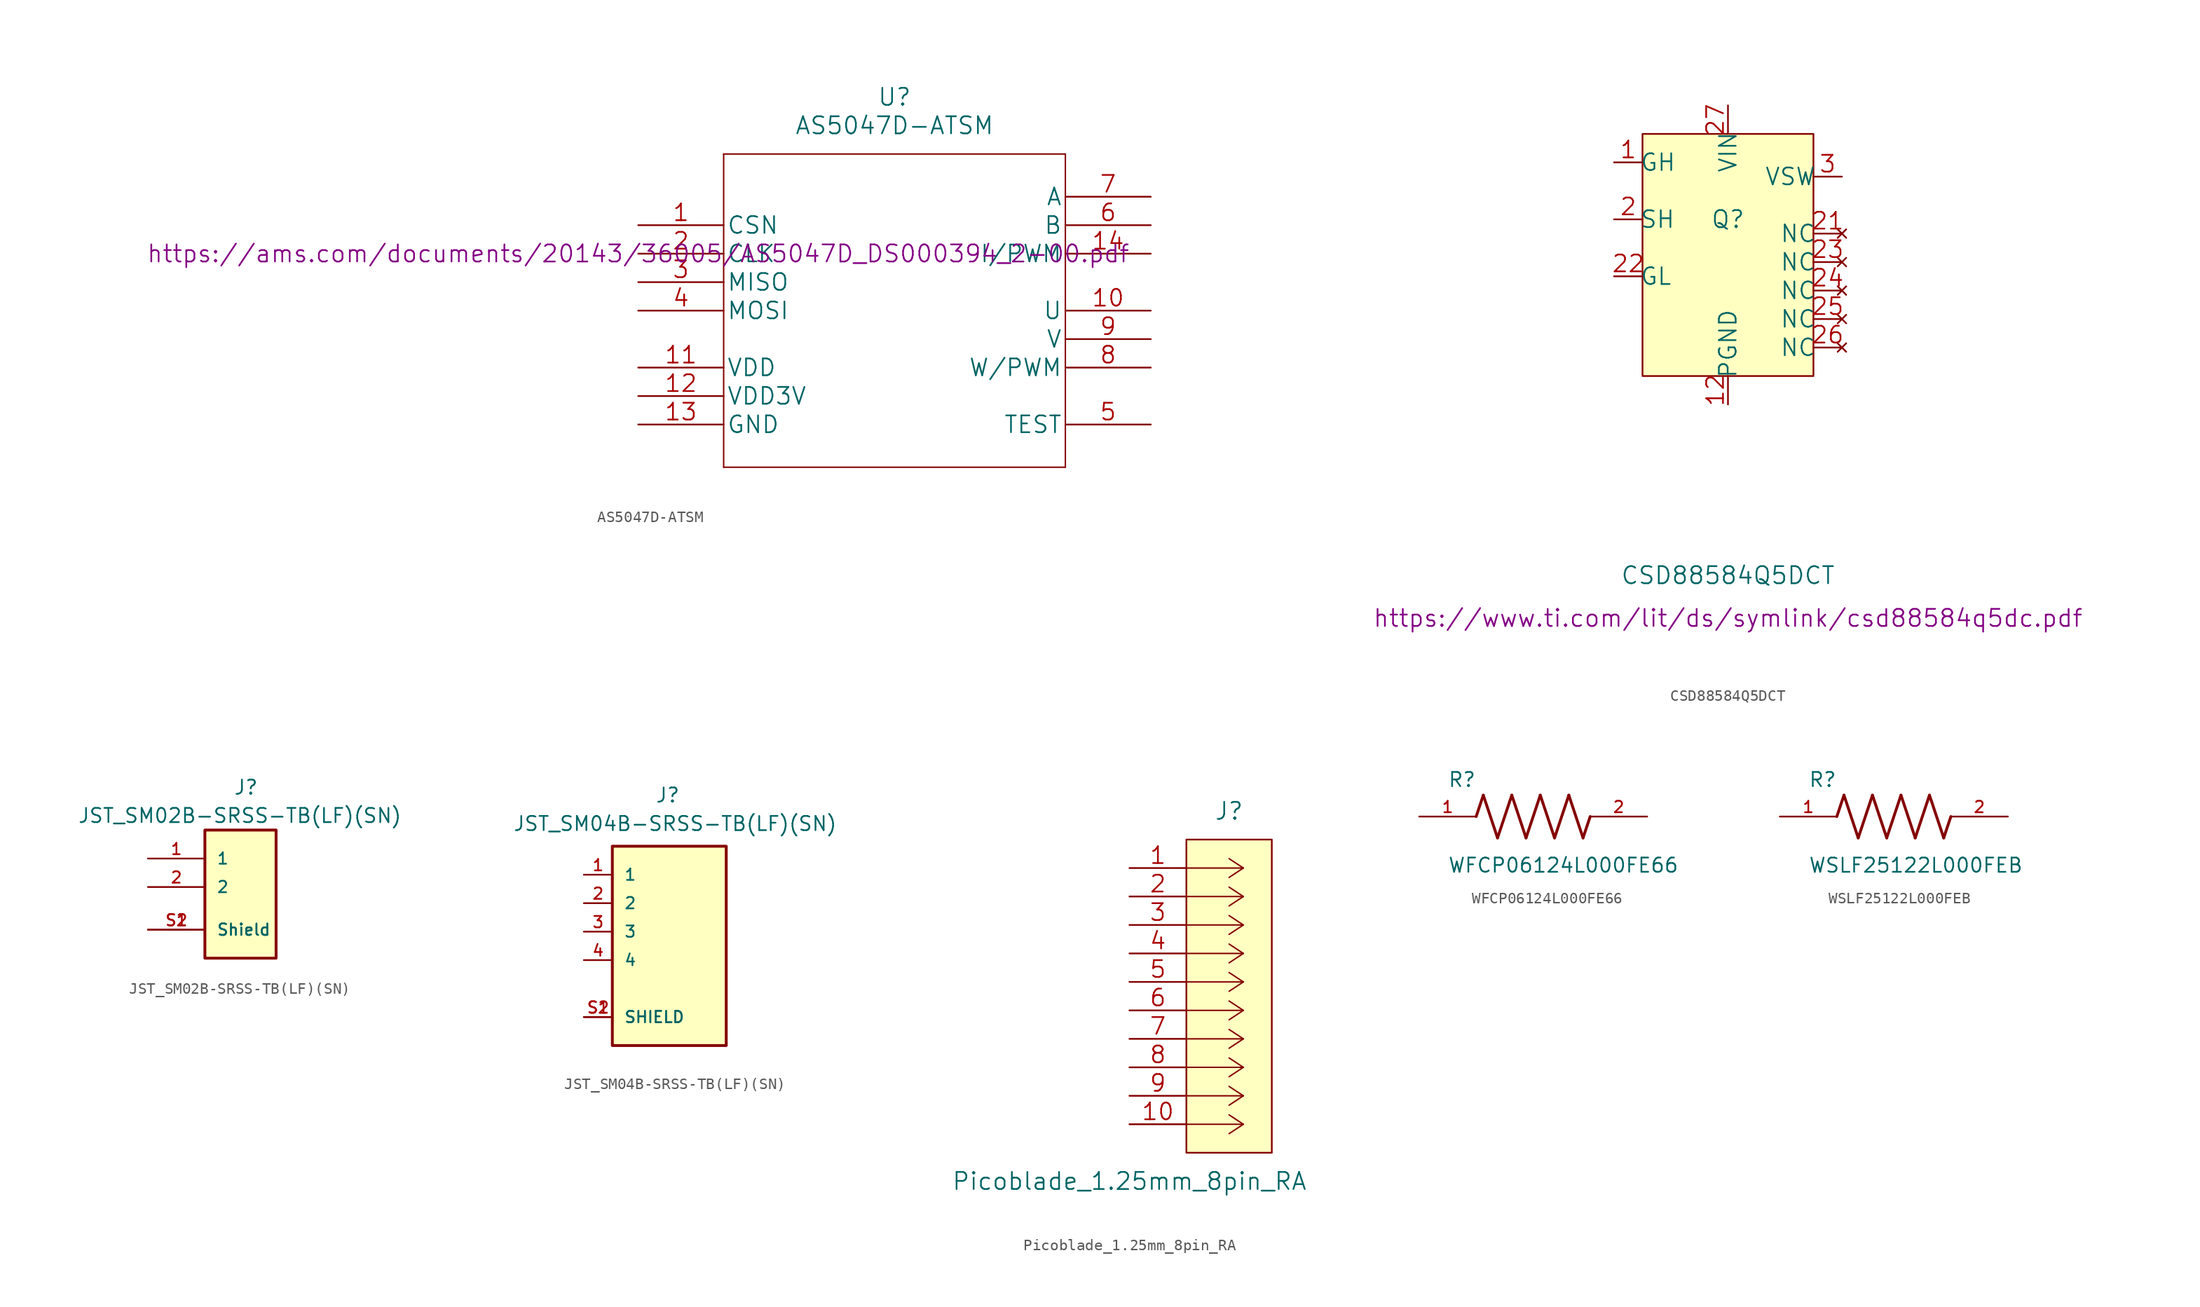
<source format=kicad_sym>
(kicad_symbol_lib
  (version 20211014)
  (generator kicad_symbol_editor)
  (symbol "AS5047D-ATSM"
    (pin_names
      (offset 0.254))
    (property "Reference" "U"
      (at -1.27 25.4 0)
      (effects (font (size 1.524 1.524))))
    (property "Value" "AS5047D-ATSM"
      (at -1.27 22.86 0)
      (effects (font (size 1.524 1.524))))
    (property "Datasheet" "https://ams.com/documents/20143/36005/AS5047D_DS000394_2-00.pdf"
      (at -24.13 11.43 0)
      (effects (font (size 1.524 1.524))))
    (symbol "AS5047D-ATSM_1_1"
      (polyline (pts (xy -16.51 -7.62) (xy 13.97 -7.62)) (stroke (width 0.127) (type default) (color 0 0 0 0)) (fill (type none)))
      (polyline (pts (xy -16.51 20.32) (xy -16.51 -7.62)) (stroke (width 0.127) (type default) (color 0 0 0 0)) (fill (type none)))
      (polyline (pts (xy 13.97 -7.62) (xy 13.97 20.32)) (stroke (width 0.127) (type default) (color 0 0 0 0)) (fill (type none)))
      (polyline (pts (xy 13.97 20.32) (xy -16.51 20.32)) (stroke (width 0.127) (type default) (color 0 0 0 0)) (fill (type none)))
      (pin input line (at -24.13 13.97 0) (length 7.62) (name "CSN" (effects (font (size 1.499 1.499)))) (number "1" (effects (font (size 1.499 1.499)))))
      (pin output line (at 21.59 6.35 180) (length 7.62) (name "U" (effects (font (size 1.499 1.499)))) (number "10" (effects (font (size 1.499 1.499)))))
      (pin power_in line (at -24.13 1.27 0) (length 7.62) (name "VDD" (effects (font (size 1.499 1.499)))) (number "11" (effects (font (size 1.499 1.499)))))
      (pin power_in line (at -24.13 -1.27 0) (length 7.62) (name "VDD3V" (effects (font (size 1.499 1.499)))) (number "12" (effects (font (size 1.499 1.499)))))
      (pin power_in line (at -24.13 -3.81 0) (length 7.62) (name "GND" (effects (font (size 1.499 1.499)))) (number "13" (effects (font (size 1.499 1.499)))))
      (pin output line (at 21.59 11.43 180) (length 7.62) (name "I/PWM" (effects (font (size 1.499 1.499)))) (number "14" (effects (font (size 1.499 1.499)))))
      (pin input line (at -24.13 11.43 0) (length 7.62) (name "CLK" (effects (font (size 1.499 1.499)))) (number "2" (effects (font (size 1.499 1.499)))))
      (pin output line (at -24.13 8.89 0) (length 7.62) (name "MISO" (effects (font (size 1.499 1.499)))) (number "3" (effects (font (size 1.499 1.499)))))
      (pin input line (at -24.13 6.35 0) (length 7.62) (name "MOSI" (effects (font (size 1.499 1.499)))) (number "4" (effects (font (size 1.499 1.499)))))
      (pin power_in line (at 21.59 -3.81 180) (length 7.62) (name "TEST" (effects (font (size 1.499 1.499)))) (number "5" (effects (font (size 1.499 1.499)))))
      (pin output line (at 21.59 13.97 180) (length 7.62) (name "B" (effects (font (size 1.499 1.499)))) (number "6" (effects (font (size 1.499 1.499)))))
      (pin output line (at 21.59 16.51 180) (length 7.62) (name "A" (effects (font (size 1.499 1.499)))) (number "7" (effects (font (size 1.499 1.499)))))
      (pin output line (at 21.59 1.27 180) (length 7.62) (name "W/PWM" (effects (font (size 1.499 1.499)))) (number "8" (effects (font (size 1.499 1.499)))))
      (pin output line (at 21.59 3.81 180) (length 7.62) (name "V" (effects (font (size 1.499 1.499)))) (number "9" (effects (font (size 1.499 1.499)))))))
  (symbol "CSD88584Q5DCT"
    (pin_names
      (offset -0.254))
    (property "Reference" "Q"
      (at 0 0 0)
      (effects (font (size 1.524 1.524))))
    (property "Value" "CSD88584Q5DCT"
      (at 0 -31.75 0)
      (effects (font (size 1.524 1.524))))
    (property "Datasheet" "https://www.ti.com/lit/ds/symlink/csd88584q5dc.pdf"
      (at 0 -35.56 0)
      (effects (font (size 1.524 1.524))))
    (symbol "CSD88584Q5DCT_0_1"
      (rectangle (start -7.62 7.62) (end 7.62 -13.97) (stroke (width 0) (type default) (color 0 0 0 0)) (fill (type background))))
    (symbol "CSD88584Q5DCT_1_1"
      (pin input line (at -10.16 5.08 0) (length 2.54) (name "GH" (effects (font (size 1.499 1.499)))) (number "1" (effects (font (size 1.499 1.499)))))
      (pin power_out line (at 0 -16.51 90) (length 2.54) (name "PGND" (effects (font (size 1.499 1.499)))) (number "12" (effects (font (size 1.499 1.499)))))
      (pin output line (at -10.16 0 0) (length 2.54) (name "SH" (effects (font (size 1.499 1.499)))) (number "2" (effects (font (size 1.499 1.499)))))
      (pin no_connect line (at 10.16 -1.27 180) (length 2.54) (name "NC" (effects (font (size 1.499 1.499)))) (number "21" (effects (font (size 1.499 1.499)))))
      (pin input line (at -10.16 -5.08 0) (length 2.54) (name "GL" (effects (font (size 1.499 1.499)))) (number "22" (effects (font (size 1.499 1.499)))))
      (pin no_connect line (at 10.16 -3.81 180) (length 2.54) (name "NC" (effects (font (size 1.499 1.499)))) (number "23" (effects (font (size 1.499 1.499)))))
      (pin no_connect line (at 10.16 -6.35 180) (length 2.54) (name "NC" (effects (font (size 1.499 1.499)))) (number "24" (effects (font (size 1.499 1.499)))))
      (pin no_connect line (at 10.16 -8.89 180) (length 2.54) (name "NC" (effects (font (size 1.499 1.499)))) (number "25" (effects (font (size 1.499 1.499)))))
      (pin no_connect line (at 10.16 -11.43 180) (length 2.54) (name "NC" (effects (font (size 1.499 1.499)))) (number "26" (effects (font (size 1.499 1.499)))))
      (pin power_in line (at 0 10.16 270) (length 2.54) (name "VIN" (effects (font (size 1.499 1.499)))) (number "27" (effects (font (size 1.499 1.499)))))
      (pin output line (at 10.16 3.81 180) (length 2.54) (name "VSW" (effects (font (size 1.499 1.499)))) (number "3" (effects (font (size 1.499 1.499)))))))
  (symbol "JST_SM02B-SRSS-TB(LF)(SN)"
    (pin_names
      (offset 1.016))
    (property "Reference" "J"
      (at 0 8.89 0)
      (effects (font (size 1.27 1.27)) (justify left)))
    (property "Value" "JST_SM02B-SRSS-TB(LF)(SN)"
      (at -13.909 6.368 0)
      (effects (font (size 1.27 1.27)) (justify left)))
    (symbol "JST_SM02B-SRSS-TB(LF)(SN)_0_0"
      (rectangle (start -2.54 5.08) (end 3.81 -6.35) (stroke (width 0.254) (type default) (color 0 0 0 0)) (fill (type background)))
      (pin bidirectional line (at -7.62 2.54 0) (length 5.08) (name "1" (effects (font (size 1.016 1.016)))) (number "1" (effects (font (size 1.016 1.016)))))
      (pin bidirectional line (at -7.62 0 0) (length 5.08) (name "2" (effects (font (size 1.016 1.016)))) (number "2" (effects (font (size 1.016 1.016)))))
      (pin power_in line (at -7.62 -3.81 0) (length 5.08) (name "Shield" (effects (font (size 1.016 1.016)))) (number "S1" (effects (font (size 1.016 1.016)))))
      (pin power_in line (at -7.62 -3.81 0) (length 5.08) (name "Shield" (effects (font (size 1.016 1.016)))) (number "S2" (effects (font (size 1.016 1.016)))))))
  (symbol "JST_SM04B-SRSS-TB(LF)(SN)"
    (pin_names
      (offset 1.016))
    (property "Reference" "J"
      (at -1.27 11.43 0)
      (effects (font (size 1.27 1.27)) (justify left bottom)))
    (property "Value" "JST_SM04B-SRSS-TB(LF)(SN)"
      (at -13.97 8.89 0)
      (effects (font (size 1.27 1.27)) (justify left bottom)))
    (symbol "JST_SM04B-SRSS-TB(LF)(SN)_0_0"
      (rectangle (start -5.08 -10.16) (end 5.08 7.62) (stroke (width 0.254) (type default) (color 0 0 0 0)) (fill (type background)))
      (pin passive line (at -7.62 5.08 0) (length 2.54) (name "1" (effects (font (size 1.016 1.016)))) (number "1" (effects (font (size 1.016 1.016)))))
      (pin passive line (at -7.62 2.54 0) (length 2.54) (name "2" (effects (font (size 1.016 1.016)))) (number "2" (effects (font (size 1.016 1.016)))))
      (pin passive line (at -7.62 0 0) (length 2.54) (name "3" (effects (font (size 1.016 1.016)))) (number "3" (effects (font (size 1.016 1.016)))))
      (pin passive line (at -7.62 -2.54 0) (length 2.54) (name "4" (effects (font (size 1.016 1.016)))) (number "4" (effects (font (size 1.016 1.016)))))
      (pin passive line (at -7.62 -7.62 0) (length 2.54) (name "SHIELD" (effects (font (size 1.016 1.016)))) (number "S1" (effects (font (size 1.016 1.016)))))
      (pin passive line (at -7.62 -7.62 0) (length 2.54) (name "SHIELD" (effects (font (size 1.016 1.016)))) (number "S2" (effects (font (size 1.016 1.016)))))))
  (symbol "Picoblade_1.25mm_8pin_RA"
    (pin_names
      (offset 0.254) hide)
    (property "Reference" "J"
      (at 8.89 5.08 0)
      (effects (font (size 1.524 1.524))))
    (property "Value" "Picoblade_1.25mm_8pin_RA"
      (at 0 -27.94 0)
      (effects (font (size 1.524 1.524))))
    (property "Datasheet" ""
      (at 0 0 0)
      (effects (font (size 1.524 1.524))))
    (property "ki_locked" ""
      (at 0 0 0)
      (effects (font (size 1.27 1.27))))
    (symbol "Picoblade_1.25mm_8pin_RA_1_1"
      (polyline (pts (xy 10.16 -22.86) (xy 5.08 -22.86)) (stroke (width 0.127) (type default) (color 0 0 0 0)) (fill (type none)))
      (polyline (pts (xy 10.16 -22.86) (xy 8.89 -23.698)) (stroke (width 0.127) (type default) (color 0 0 0 0)) (fill (type none)))
      (polyline (pts (xy 10.16 -22.86) (xy 8.89 -22.022)) (stroke (width 0.127) (type default) (color 0 0 0 0)) (fill (type none)))
      (polyline (pts (xy 10.16 -20.32) (xy 5.08 -20.32)) (stroke (width 0.127) (type default) (color 0 0 0 0)) (fill (type none)))
      (polyline (pts (xy 10.16 -20.32) (xy 8.89 -21.158)) (stroke (width 0.127) (type default) (color 0 0 0 0)) (fill (type none)))
      (polyline (pts (xy 10.16 -20.32) (xy 8.89 -19.482)) (stroke (width 0.127) (type default) (color 0 0 0 0)) (fill (type none)))
      (polyline (pts (xy 10.16 -17.78) (xy 5.08 -17.78)) (stroke (width 0.127) (type default) (color 0 0 0 0)) (fill (type none)))
      (polyline (pts (xy 10.16 -17.78) (xy 8.89 -18.618)) (stroke (width 0.127) (type default) (color 0 0 0 0)) (fill (type none)))
      (polyline (pts (xy 10.16 -17.78) (xy 8.89 -16.942)) (stroke (width 0.127) (type default) (color 0 0 0 0)) (fill (type none)))
      (polyline (pts (xy 10.16 -15.24) (xy 5.08 -15.24)) (stroke (width 0.127) (type default) (color 0 0 0 0)) (fill (type none)))
      (polyline (pts (xy 10.16 -15.24) (xy 8.89 -16.078)) (stroke (width 0.127) (type default) (color 0 0 0 0)) (fill (type none)))
      (polyline (pts (xy 10.16 -15.24) (xy 8.89 -14.402)) (stroke (width 0.127) (type default) (color 0 0 0 0)) (fill (type none)))
      (polyline (pts (xy 10.16 -12.7) (xy 5.08 -12.7)) (stroke (width 0.127) (type default) (color 0 0 0 0)) (fill (type none)))
      (polyline (pts (xy 10.16 -12.7) (xy 8.89 -13.538)) (stroke (width 0.127) (type default) (color 0 0 0 0)) (fill (type none)))
      (polyline (pts (xy 10.16 -12.7) (xy 8.89 -11.862)) (stroke (width 0.127) (type default) (color 0 0 0 0)) (fill (type none)))
      (polyline (pts (xy 10.16 -10.16) (xy 5.08 -10.16)) (stroke (width 0.127) (type default) (color 0 0 0 0)) (fill (type none)))
      (polyline (pts (xy 10.16 -10.16) (xy 8.89 -10.998)) (stroke (width 0.127) (type default) (color 0 0 0 0)) (fill (type none)))
      (polyline (pts (xy 10.16 -10.16) (xy 8.89 -9.322)) (stroke (width 0.127) (type default) (color 0 0 0 0)) (fill (type none)))
      (polyline (pts (xy 10.16 -7.62) (xy 5.08 -7.62)) (stroke (width 0.127) (type default) (color 0 0 0 0)) (fill (type none)))
      (polyline (pts (xy 10.16 -7.62) (xy 8.89 -8.458)) (stroke (width 0.127) (type default) (color 0 0 0 0)) (fill (type none)))
      (polyline (pts (xy 10.16 -7.62) (xy 8.89 -6.782)) (stroke (width 0.127) (type default) (color 0 0 0 0)) (fill (type none)))
      (polyline (pts (xy 10.16 -5.08) (xy 5.08 -5.08)) (stroke (width 0.127) (type default) (color 0 0 0 0)) (fill (type none)))
      (polyline (pts (xy 10.16 -5.08) (xy 8.89 -5.918)) (stroke (width 0.127) (type default) (color 0 0 0 0)) (fill (type none)))
      (polyline (pts (xy 10.16 -5.08) (xy 8.89 -4.242)) (stroke (width 0.127) (type default) (color 0 0 0 0)) (fill (type none)))
      (polyline (pts (xy 10.16 -2.54) (xy 5.08 -2.54)) (stroke (width 0.127) (type default) (color 0 0 0 0)) (fill (type none)))
      (polyline (pts (xy 10.16 -2.54) (xy 8.89 -3.378)) (stroke (width 0.127) (type default) (color 0 0 0 0)) (fill (type none)))
      (polyline (pts (xy 10.16 -2.54) (xy 8.89 -1.702)) (stroke (width 0.127) (type default) (color 0 0 0 0)) (fill (type none)))
      (polyline (pts (xy 10.16 0) (xy 5.08 0)) (stroke (width 0.127) (type default) (color 0 0 0 0)) (fill (type none)))
      (polyline (pts (xy 10.16 0) (xy 8.89 -0.838)) (stroke (width 0.127) (type default) (color 0 0 0 0)) (fill (type none)))
      (polyline (pts (xy 10.16 0) (xy 8.89 0.838)) (stroke (width 0.127) (type default) (color 0 0 0 0)) (fill (type none)))
      (rectangle (start 5.08 2.54) (end 12.7 -25.4) (stroke (width 0) (type default) (color 0 0 0 0)) (fill (type background)))
      (pin passive line (at 0 0 0) (length 5.08) (name "1" (effects (font (size 1.499 1.499)))) (number "1" (effects (font (size 1.499 1.499)))))
      (pin passive line (at 0 -22.86 0) (length 5.08) (name "10" (effects (font (size 1.499 1.499)))) (number "10" (effects (font (size 1.499 1.499)))))
      (pin bidirectional line (at 0 -2.54 0) (length 5.08) (name "2" (effects (font (size 1.499 1.499)))) (number "2" (effects (font (size 1.499 1.499)))))
      (pin bidirectional line (at 0 -5.08 0) (length 5.08) (name "3" (effects (font (size 1.499 1.499)))) (number "3" (effects (font (size 1.499 1.499)))))
      (pin bidirectional line (at 0 -7.62 0) (length 5.08) (name "4" (effects (font (size 1.499 1.499)))) (number "4" (effects (font (size 1.499 1.499)))))
      (pin bidirectional line (at 0 -10.16 0) (length 5.08) (name "5" (effects (font (size 1.499 1.499)))) (number "5" (effects (font (size 1.499 1.499)))))
      (pin bidirectional line (at 0 -12.7 0) (length 5.08) (name "6" (effects (font (size 1.499 1.499)))) (number "6" (effects (font (size 1.499 1.499)))))
      (pin bidirectional line (at 0 -15.24 0) (length 5.08) (name "7" (effects (font (size 1.499 1.499)))) (number "7" (effects (font (size 1.499 1.499)))))
      (pin bidirectional line (at 0 -17.78 0) (length 5.08) (name "8" (effects (font (size 1.499 1.499)))) (number "8" (effects (font (size 1.499 1.499)))))
      (pin bidirectional line (at 0 -20.32 0) (length 5.08) (name "9" (effects (font (size 1.499 1.499)))) (number "9" (effects (font (size 1.499 1.499)))))))
  (symbol "WFCP06124L000FE66"
    (pin_names
      (offset 1.016))
    (property "Reference" "R"
      (at -7.624 2.542 0)
      (effects (font (size 1.27 1.27)) (justify left bottom)))
    (property "Value" "WFCP06124L000FE66"
      (at -7.63 -5.087 0)
      (effects (font (size 1.27 1.27)) (justify left bottom)))
    (symbol "WFCP06124L000FE66_0_0"
      (polyline (pts (xy -5.08 0) (xy -4.445 1.905)) (stroke (width 0.254) (type default) (color 0 0 0 0)) (fill (type none)))
      (polyline (pts (xy -4.445 1.905) (xy -3.175 -1.905)) (stroke (width 0.254) (type default) (color 0 0 0 0)) (fill (type none)))
      (polyline (pts (xy -3.175 -1.905) (xy -1.905 1.905)) (stroke (width 0.254) (type default) (color 0 0 0 0)) (fill (type none)))
      (polyline (pts (xy -1.905 1.905) (xy -0.635 -1.905)) (stroke (width 0.254) (type default) (color 0 0 0 0)) (fill (type none)))
      (polyline (pts (xy -0.635 -1.905) (xy 0.635 1.905)) (stroke (width 0.254) (type default) (color 0 0 0 0)) (fill (type none)))
      (polyline (pts (xy 0.635 1.905) (xy 1.905 -1.905)) (stroke (width 0.254) (type default) (color 0 0 0 0)) (fill (type none)))
      (polyline (pts (xy 1.905 -1.905) (xy 3.175 1.905)) (stroke (width 0.254) (type default) (color 0 0 0 0)) (fill (type none)))
      (polyline (pts (xy 3.175 1.905) (xy 4.445 -1.905)) (stroke (width 0.254) (type default) (color 0 0 0 0)) (fill (type none)))
      (polyline (pts (xy 4.445 -1.905) (xy 5.08 0)) (stroke (width 0.254) (type default) (color 0 0 0 0)) (fill (type none)))
      (pin passive line (at -10.16 0 0) (length 5.08) (name "~" (effects (font (size 1.016 1.016)))) (number "1" (effects (font (size 1.016 1.016)))))
      (pin passive line (at 10.16 0 180) (length 5.08) (name "~" (effects (font (size 1.016 1.016)))) (number "2" (effects (font (size 1.016 1.016)))))))
  (symbol "WSLF25122L000FEB"
    (pin_names
      (offset 1.016))
    (property "Reference" "R"
      (at -7.624 2.542 0)
      (effects (font (size 1.27 1.27)) (justify left bottom)))
    (property "Value" "WSLF25122L000FEB"
      (at -7.63 -5.087 0)
      (effects (font (size 1.27 1.27)) (justify left bottom)))
    (symbol "WSLF25122L000FEB_0_0"
      (polyline (pts (xy -5.08 0) (xy -4.445 1.905)) (stroke (width 0.254) (type default) (color 0 0 0 0)) (fill (type none)))
      (polyline (pts (xy -4.445 1.905) (xy -3.175 -1.905)) (stroke (width 0.254) (type default) (color 0 0 0 0)) (fill (type none)))
      (polyline (pts (xy -3.175 -1.905) (xy -1.905 1.905)) (stroke (width 0.254) (type default) (color 0 0 0 0)) (fill (type none)))
      (polyline (pts (xy -1.905 1.905) (xy -0.635 -1.905)) (stroke (width 0.254) (type default) (color 0 0 0 0)) (fill (type none)))
      (polyline (pts (xy -0.635 -1.905) (xy 0.635 1.905)) (stroke (width 0.254) (type default) (color 0 0 0 0)) (fill (type none)))
      (polyline (pts (xy 0.635 1.905) (xy 1.905 -1.905)) (stroke (width 0.254) (type default) (color 0 0 0 0)) (fill (type none)))
      (polyline (pts (xy 1.905 -1.905) (xy 3.175 1.905)) (stroke (width 0.254) (type default) (color 0 0 0 0)) (fill (type none)))
      (polyline (pts (xy 3.175 1.905) (xy 4.445 -1.905)) (stroke (width 0.254) (type default) (color 0 0 0 0)) (fill (type none)))
      (polyline (pts (xy 4.445 -1.905) (xy 5.08 0)) (stroke (width 0.254) (type default) (color 0 0 0 0)) (fill (type none)))
      (pin passive line (at -10.16 0 0) (length 5.08) (name "~" (effects (font (size 1.016 1.016)))) (number "1" (effects (font (size 1.016 1.016)))))
      (pin passive line (at 10.16 0 180) (length 5.08) (name "~" (effects (font (size 1.016 1.016)))) (number "2" (effects (font (size 1.016 1.016))))))))
</source>
